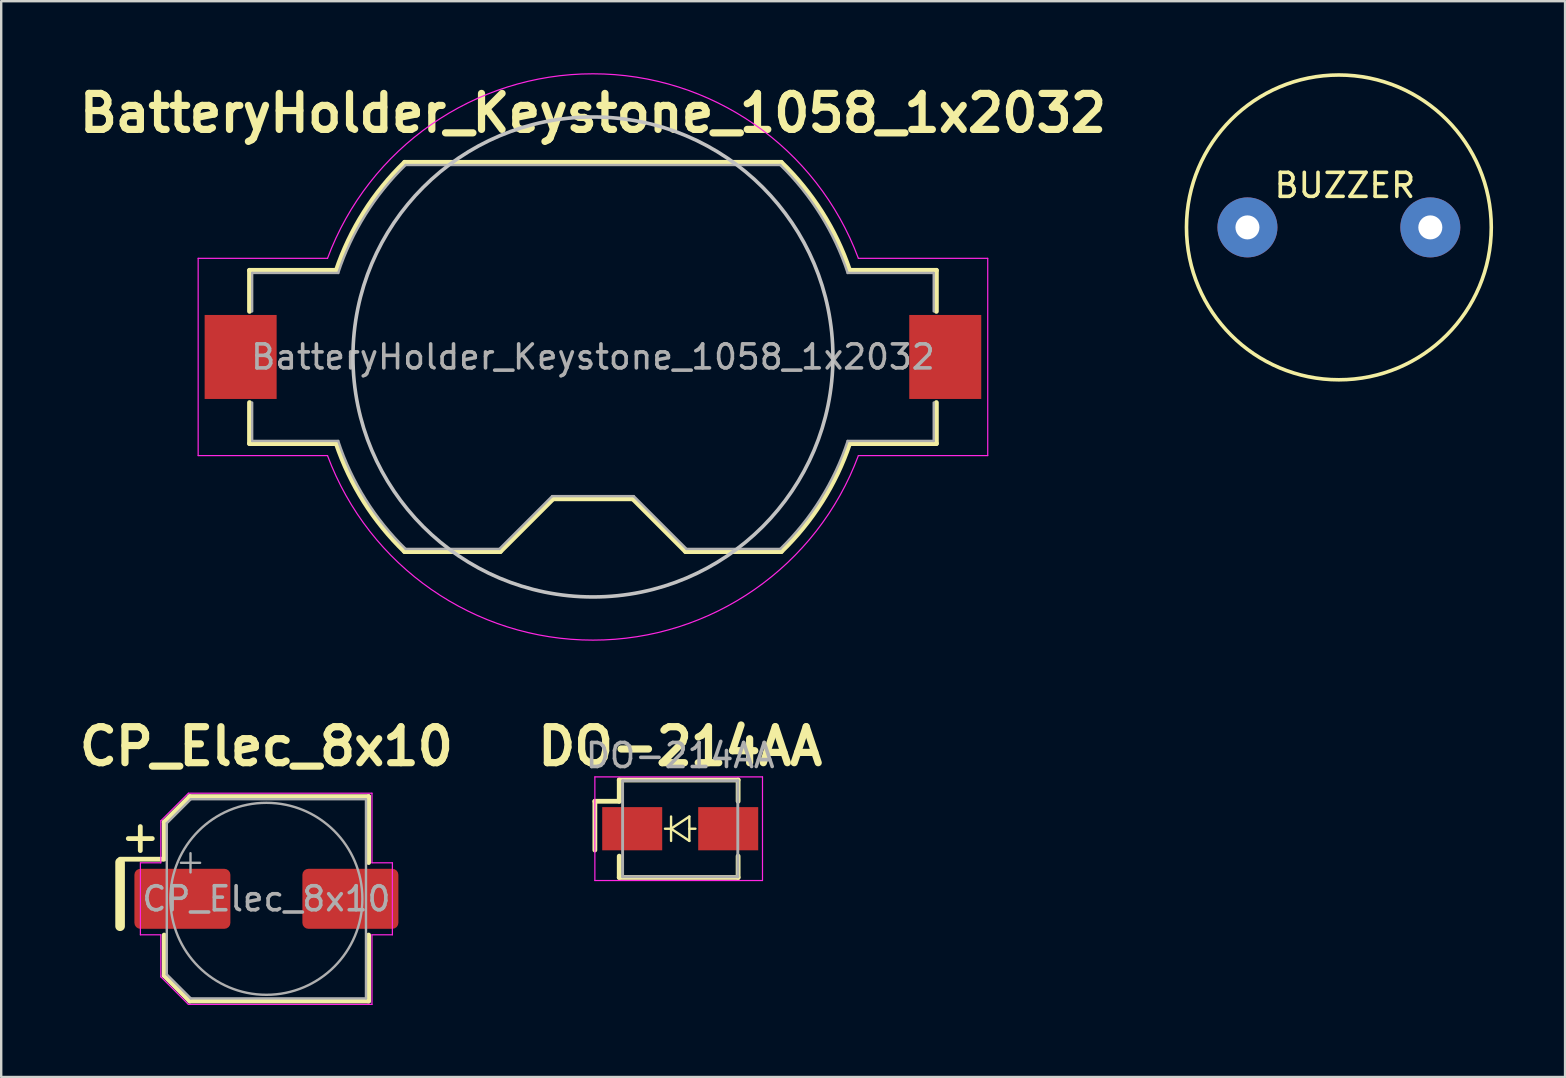
<source format=kicad_pcb>
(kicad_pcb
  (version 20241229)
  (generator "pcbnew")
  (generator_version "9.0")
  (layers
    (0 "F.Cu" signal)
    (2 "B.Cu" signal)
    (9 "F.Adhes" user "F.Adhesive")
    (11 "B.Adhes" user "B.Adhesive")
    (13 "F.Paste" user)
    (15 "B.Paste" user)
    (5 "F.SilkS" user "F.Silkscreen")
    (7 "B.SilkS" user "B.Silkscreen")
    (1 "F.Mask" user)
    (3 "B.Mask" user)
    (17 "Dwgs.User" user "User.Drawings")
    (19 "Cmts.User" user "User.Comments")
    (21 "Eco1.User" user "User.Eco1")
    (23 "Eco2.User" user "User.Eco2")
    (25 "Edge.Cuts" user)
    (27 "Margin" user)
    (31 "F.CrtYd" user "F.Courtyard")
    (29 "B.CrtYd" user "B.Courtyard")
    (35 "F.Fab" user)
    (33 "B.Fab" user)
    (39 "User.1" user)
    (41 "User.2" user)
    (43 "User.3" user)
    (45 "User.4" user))
  (footprint "DO-214AA"
    (layer "F.Cu")
    (at 25.293 31.481)
    (property "Reference" "DO-214AA" (at 0 -3.429 0) (layer "F.SilkS") (effects (font (size 1.5 1.5) (thickness 0.3))))
    (attr smd)
    (fp_line (start -3.556 0.889) (end -3.556 -1.143) (stroke (width 0.2) (type solid)) (layer "F.SilkS"))
    (fp_line (start -2.54 -1.143) (end -3.556 -1.143) (stroke (width 0.2) (type solid)) (layer "F.SilkS"))
    (fp_line (start -2.54 -1.143) (end -2.54 -2.032) (stroke (width 0.2) (type solid)) (layer "F.SilkS"))
    (fp_line (start -2.54 2.032) (end -2.54 1.143) (stroke (width 0.2) (type solid)) (layer "F.SilkS"))
    (fp_line (start -0.381 -0.508) (end -0.381 0.508) (stroke (width 0.1) (type solid)) (layer "F.SilkS"))
    (fp_line (start -0.381 0) (end -0.635 0) (stroke (width 0.1) (type solid)) (layer "F.SilkS"))
    (fp_line (start -0.381 0) (end 0.381 -0.508) (stroke (width 0.1) (type solid)) (layer "F.SilkS"))
    (fp_line (start 0.381 -0.508) (end 0.381 0.508) (stroke (width 0.1) (type solid)) (layer "F.SilkS"))
    (fp_line (start 0.381 0) (end 0.635 0) (stroke (width 0.1) (type solid)) (layer "F.SilkS"))
    (fp_line (start 0.381 0.508) (end -0.381 0) (stroke (width 0.1) (type solid)) (layer "F.SilkS"))
    (fp_line (start 2.413 -2.032) (end -2.54 -2.032) (stroke (width 0.2) (type solid)) (layer "F.SilkS"))
    (fp_line (start 2.413 -1.143) (end 2.413 -2.032) (stroke (width 0.2) (type solid)) (layer "F.SilkS"))
    (fp_line (start 2.413 2.032) (end -2.54 2.032) (stroke (width 0.2) (type solid)) (layer "F.SilkS"))
    (fp_line (start 2.413 2.032) (end 2.413 1.143) (stroke (width 0.2) (type solid)) (layer "F.SilkS"))
    (fp_line (start -3.556 -2.159) (end 3.429 -2.159) (stroke (width 0.05) (type solid)) (layer "F.CrtYd"))
    (fp_line (start -3.556 2.159) (end -3.556 -2.159) (stroke (width 0.05) (type solid)) (layer "F.CrtYd"))
    (fp_line (start 3.429 -2.159) (end 3.429 2.159) (stroke (width 0.05) (type solid)) (layer "F.CrtYd"))
    (fp_line (start 3.429 2.159) (end -3.556 2.159) (stroke (width 0.05) (type solid)) (layer "F.CrtYd"))
    (fp_line (start -2.4 -2) (end -2.4 2) (stroke (width 0.12) (type solid)) (layer "F.Fab"))
    (fp_line (start -2.4 -2) (end 2.4 -2) (stroke (width 0.12) (type solid)) (layer "F.Fab"))
    (fp_line (start -2.4 2) (end 2.4 2) (stroke (width 0.12) (type solid)) (layer "F.Fab"))
    (fp_line (start 2.4 -2) (end 2.4 2) (stroke (width 0.12) (type solid)) (layer "F.Fab"))
    (fp_text user "${REFERENCE}" (at 0 -3.048 0) (layer "F.Fab") (effects (font (size 1 1) (thickness 0.15))))
    (pad "1" smd rect (at -2 0) (size 2.5 1.8) (layers "F.Cu" "F.Mask" "F.Paste"))
    (pad "2" smd rect (at 2 0) (size 2.5 1.8) (layers "F.Cu" "F.Mask" "F.Paste")))
  (footprint "BatteryHolder_Keystone_1058_1x2032"
    (layer "F.Cu")
    (at 21.657 11.824)
    (property "Reference" "BatteryHolder_Keystone_1058_1x2032" (at 0 -10.16 0) (layer "F.SilkS") (effects (font (size 1.5 1.5) (thickness 0.3))))
    (attr smd)
    (fp_line (start -14.31 -3.61) (end -10.692 -3.61) (stroke (width 0.2) (type solid)) (layer "F.SilkS"))
    (fp_line (start -14.31 -1.9) (end -14.31 -3.61) (stroke (width 0.2) (type solid)) (layer "F.SilkS"))
    (fp_line (start -14.31 1.9) (end -14.31 3.61) (stroke (width 0.2) (type solid)) (layer "F.SilkS"))
    (fp_line (start -10.692 3.61) (end -14.31 3.61) (stroke (width 0.2) (type solid)) (layer "F.SilkS"))
    (fp_line (start -7.847 -8.11) (end 7.847 -8.11) (stroke (width 0.2) (type solid)) (layer "F.SilkS"))
    (fp_line (start -3.86 8.11) (end -7.847 8.11) (stroke (width 0.2) (type solid)) (layer "F.SilkS"))
    (fp_line (start -1.66 5.91) (end -3.86 8.11) (stroke (width 0.2) (type solid)) (layer "F.SilkS"))
    (fp_line (start 1.66 5.91) (end -1.66 5.91) (stroke (width 0.2) (type solid)) (layer "F.SilkS"))
    (fp_line (start 1.66 5.91) (end 3.86 8.11) (stroke (width 0.2) (type solid)) (layer "F.SilkS"))
    (fp_line (start 7.847 8.11) (end 3.86 8.11) (stroke (width 0.2) (type solid)) (layer "F.SilkS"))
    (fp_line (start 10.692 -3.61) (end 14.31 -3.61) (stroke (width 0.2) (type solid)) (layer "F.SilkS"))
    (fp_line (start 14.31 -1.9) (end 14.31 -3.61) (stroke (width 0.2) (type solid)) (layer "F.SilkS"))
    (fp_line (start 14.31 1.9) (end 14.31 3.61) (stroke (width 0.2) (type solid)) (layer "F.SilkS"))
    (fp_line (start 14.31 3.61) (end 10.692 3.61) (stroke (width 0.2) (type solid)) (layer "F.SilkS"))
    (fp_arc (start -10.692 -3.61) (mid -9.538084 -6.031244) (end -7.845371 -8.111789) (stroke (width 0.2) (type solid)) (layer "F.SilkS"))
    (fp_arc (start -7.845371 8.111789) (mid -9.538085 6.031244) (end -10.692 3.61) (stroke (width 0.2) (type solid)) (layer "F.SilkS"))
    (fp_arc (start 7.845371 -8.111789) (mid 9.538085 -6.031244) (end 10.692 -3.61) (stroke (width 0.2) (type solid)) (layer "F.SilkS"))
    (fp_arc (start 10.692 3.61) (mid 9.538084 6.031244) (end 7.845371 8.111789) (stroke (width 0.2) (type solid)) (layer "F.SilkS"))
    (fp_circle (center 0 0) (end 10 0) (stroke (width 0.15) (type solid)) (fill no) (layer "Dwgs.User"))
    (fp_line (start -16.45 -4.11) (end -16.45 4.11) (stroke (width 0.05) (type solid)) (layer "F.CrtYd"))
    (fp_line (start -16.45 -4.11) (end -11.06 -4.11) (stroke (width 0.05) (type solid)) (layer "F.CrtYd"))
    (fp_line (start -16.45 4.11) (end -11.06 4.11) (stroke (width 0.05) (type solid)) (layer "F.CrtYd"))
    (fp_line (start 11.06 4.11) (end 16.45 4.11) (stroke (width 0.05) (type solid)) (layer "F.CrtYd"))
    (fp_line (start 16.45 -4.11) (end 11.06 -4.11) (stroke (width 0.05) (type solid)) (layer "F.CrtYd"))
    (fp_line (start 16.45 4.11) (end 16.45 -4.11) (stroke (width 0.05) (type solid)) (layer "F.CrtYd"))
    (fp_arc (start -11.06 -4.11) (mid -0.002978 -11.79897) (end 11.057924 -4.115582) (stroke (width 0.05) (type solid)) (layer "F.CrtYd"))
    (fp_arc (start 11.06 4.11) (mid 0.002978 11.79897) (end -11.057924 4.115582) (stroke (width 0.05) (type solid)) (layer "F.CrtYd"))
    (fp_line (start -14.2 -3.5) (end -14.2 -1.9) (stroke (width 0.1) (type solid)) (layer "F.Fab"))
    (fp_line (start -14.2 -3.5) (end -10.613 -3.5) (stroke (width 0.1) (type solid)) (layer "F.Fab"))
    (fp_line (start -14.2 1.9) (end -14.2 3.5) (stroke (width 0.1) (type solid)) (layer "F.Fab"))
    (fp_line (start -14.2 3.5) (end -10.613 3.5) (stroke (width 0.1) (type solid)) (layer "F.Fab"))
    (fp_line (start -7.803 -8) (end 7.803 -8) (stroke (width 0.1) (type solid)) (layer "F.Fab"))
    (fp_line (start -3.9 8) (end -7.803 8) (stroke (width 0.1) (type solid)) (layer "F.Fab"))
    (fp_line (start -1.7 5.8) (end -3.9 8) (stroke (width 0.1) (type solid)) (layer "F.Fab"))
    (fp_line (start -1.7 5.8) (end 1.7 5.8) (stroke (width 0.1) (type solid)) (layer "F.Fab"))
    (fp_line (start 1.7 5.8) (end 3.9 8) (stroke (width 0.1) (type solid)) (layer "F.Fab"))
    (fp_line (start 3.9 8) (end 7.803 8) (stroke (width 0.1) (type solid)) (layer "F.Fab"))
    (fp_line (start 10.613 -3.5) (end 14.2 -3.5) (stroke (width 0.1) (type solid)) (layer "F.Fab"))
    (fp_line (start 14.2 -3.5) (end 14.2 -1.9) (stroke (width 0.1) (type solid)) (layer "F.Fab"))
    (fp_line (start 14.2 1.9) (end 14.2 3.5) (stroke (width 0.1) (type solid)) (layer "F.Fab"))
    (fp_line (start 14.2 3.5) (end 10.613 3.5) (stroke (width 0.1) (type solid)) (layer "F.Fab"))
    (fp_arc (start -10.61275 -3.5) (mid -9.478596 -5.919179) (end -7.802602 -7.999992) (stroke (width 0.1) (type solid)) (layer "F.Fab"))
    (fp_arc (start -7.802602 7.999992) (mid -9.478596 5.91918) (end -10.61275 3.5) (stroke (width 0.1) (type solid)) (layer "F.Fab"))
    (fp_arc (start 7.802602 -7.999992) (mid 9.478596 -5.91918) (end 10.61275 -3.5) (stroke (width 0.1) (type solid)) (layer "F.Fab"))
    (fp_arc (start 10.61275 3.5) (mid 9.478596 5.919179) (end 7.802602 7.999992) (stroke (width 0.1) (type solid)) (layer "F.Fab"))
    (fp_text user "${REFERENCE}" (at 0 0 0) (layer "F.Fab") (effects (font (size 1 1) (thickness 0.15))))
    (pad "1" smd rect (at -14.68 0) (size 3 3.5) (layers "F.Cu" "F.Mask" "F.Paste"))
    (pad "2" smd rect (at 14.68 0) (size 3 3.5) (layers "F.Cu" "F.Mask" "F.Paste")))
  (footprint "CP_Elec_8x10"
    (layer "F.Cu")
    (at 8.05 34.402)
    (property "Reference" "CP_Elec_8x10" (at 0 -6.35 0) (layer "F.SilkS") (effects (font (size 1.5 1.5) (thickness 0.3))))
    (attr smd)
    (fp_line (start -6.096 -1.651) (end -4.318 -1.651) (stroke (width 0.2) (type solid)) (layer "F.SilkS"))
    (fp_line (start -6.096 1.143) (end -6.096 -1.524) (stroke (width 0.4) (type solid)) (layer "F.SilkS"))
    (fp_line (start -5.754 -2.51) (end -4.754 -2.51) (stroke (width 0.2) (type solid)) (layer "F.SilkS"))
    (fp_line (start -5.254 -3.01) (end -5.254 -2.01) (stroke (width 0.2) (type solid)) (layer "F.SilkS"))
    (fp_line (start -4.26 -3.196) (end -4.26 -1.651) (stroke (width 0.2) (type solid)) (layer "F.SilkS"))
    (fp_line (start -4.26 -3.196) (end -3.196 -4.26) (stroke (width 0.2) (type solid)) (layer "F.SilkS"))
    (fp_line (start -4.26 3.196) (end -4.26 1.51) (stroke (width 0.2) (type solid)) (layer "F.SilkS"))
    (fp_line (start -4.26 3.196) (end -3.196 4.26) (stroke (width 0.2) (type solid)) (layer "F.SilkS"))
    (fp_line (start -3.196 -4.26) (end 4.26 -4.26) (stroke (width 0.2) (type solid)) (layer "F.SilkS"))
    (fp_line (start -3.196 4.26) (end 4.26 4.26) (stroke (width 0.2) (type solid)) (layer "F.SilkS"))
    (fp_line (start 4.26 -4.26) (end 4.26 -1.51) (stroke (width 0.2) (type solid)) (layer "F.SilkS"))
    (fp_line (start 4.26 4.26) (end 4.26 1.51) (stroke (width 0.2) (type solid)) (layer "F.SilkS"))
    (fp_line (start -5.25 -1.5) (end -5.25 1.5) (stroke (width 0.05) (type solid)) (layer "F.CrtYd"))
    (fp_line (start -5.25 1.5) (end -4.4 1.5) (stroke (width 0.05) (type solid)) (layer "F.CrtYd"))
    (fp_line (start -4.4 -3.25) (end -4.4 -1.5) (stroke (width 0.05) (type solid)) (layer "F.CrtYd"))
    (fp_line (start -4.4 -3.25) (end -3.25 -4.4) (stroke (width 0.05) (type solid)) (layer "F.CrtYd"))
    (fp_line (start -4.4 -1.5) (end -5.25 -1.5) (stroke (width 0.05) (type solid)) (layer "F.CrtYd"))
    (fp_line (start -4.4 1.5) (end -4.4 3.25) (stroke (width 0.05) (type solid)) (layer "F.CrtYd"))
    (fp_line (start -4.4 3.25) (end -3.25 4.4) (stroke (width 0.05) (type solid)) (layer "F.CrtYd"))
    (fp_line (start -3.25 -4.4) (end 4.4 -4.4) (stroke (width 0.05) (type solid)) (layer "F.CrtYd"))
    (fp_line (start -3.25 4.4) (end 4.4 4.4) (stroke (width 0.05) (type solid)) (layer "F.CrtYd"))
    (fp_line (start 4.4 -4.4) (end 4.4 -1.5) (stroke (width 0.05) (type solid)) (layer "F.CrtYd"))
    (fp_line (start 4.4 -1.5) (end 5.25 -1.5) (stroke (width 0.05) (type solid)) (layer "F.CrtYd"))
    (fp_line (start 4.4 1.5) (end 4.4 4.4) (stroke (width 0.05) (type solid)) (layer "F.CrtYd"))
    (fp_line (start 5.25 -1.5) (end 5.25 1.5) (stroke (width 0.05) (type solid)) (layer "F.CrtYd"))
    (fp_line (start 5.25 1.5) (end 4.4 1.5) (stroke (width 0.05) (type solid)) (layer "F.CrtYd"))
    (fp_line (start -4.15 -3.15) (end -4.15 3.15) (stroke (width 0.1) (type solid)) (layer "F.Fab"))
    (fp_line (start -4.15 -3.15) (end -3.15 -4.15) (stroke (width 0.1) (type solid)) (layer "F.Fab"))
    (fp_line (start -4.15 3.15) (end -3.15 4.15) (stroke (width 0.1) (type solid)) (layer "F.Fab"))
    (fp_line (start -3.562 -1.5) (end -2.762 -1.5) (stroke (width 0.1) (type solid)) (layer "F.Fab"))
    (fp_line (start -3.162 -1.9) (end -3.162 -1.1) (stroke (width 0.1) (type solid)) (layer "F.Fab"))
    (fp_line (start -3.15 -4.15) (end 4.15 -4.15) (stroke (width 0.1) (type solid)) (layer "F.Fab"))
    (fp_line (start -3.15 4.15) (end 4.15 4.15) (stroke (width 0.1) (type solid)) (layer "F.Fab"))
    (fp_line (start 4.15 -4.15) (end 4.15 4.15) (stroke (width 0.1) (type solid)) (layer "F.Fab"))
    (fp_circle (center 0 0) (end 4 0) (stroke (width 0.1) (type solid)) (fill no) (layer "F.Fab"))
    (fp_text user "${REFERENCE}" (at 0 0 0) (layer "F.Fab") (effects (font (size 1 1) (thickness 0.15))))
    (pad "1" smd roundrect (at -3.5 0) (size 4 2.5) (layers "F.Cu" "F.Mask" "F.Paste") (roundrect_rratio 0.1))
    (pad "2" smd roundrect (at 3.5 0) (size 4 2.5) (layers "F.Cu" "F.Mask" "F.Paste") (roundrect_rratio 0.1)))
  (footprint "BUZZER"
    (layer "F.Cu")
    (at 52.739 6.425)
    (property "Reference" "BUZZER" (at 0.249 -1.75 0) (layer "F.SilkS") (effects (font (size 1 1) (thickness 0.15))))
    (attr through_hole)
    (fp_circle (center 0 0) (end 6.35 0) (stroke (width 0.15) (type solid)) (fill no) (layer "F.SilkS"))
    (pad "1" thru_hole circle (at -3.81 0) (size 2.499 2.499) (drill 1.001) (layers "*.Cu" "*.Mask"))
    (pad "2" thru_hole circle (at 3.81 0) (size 2.499 2.499) (drill 1.001) (layers "*.Cu" "*.Mask")))
  (gr_rect
    (start -3 -3)
    (end 62.164 41.827)
    (stroke (width 0.1) (type default))
    (fill no)
    (layer "Edge.Cuts")))
</source>
